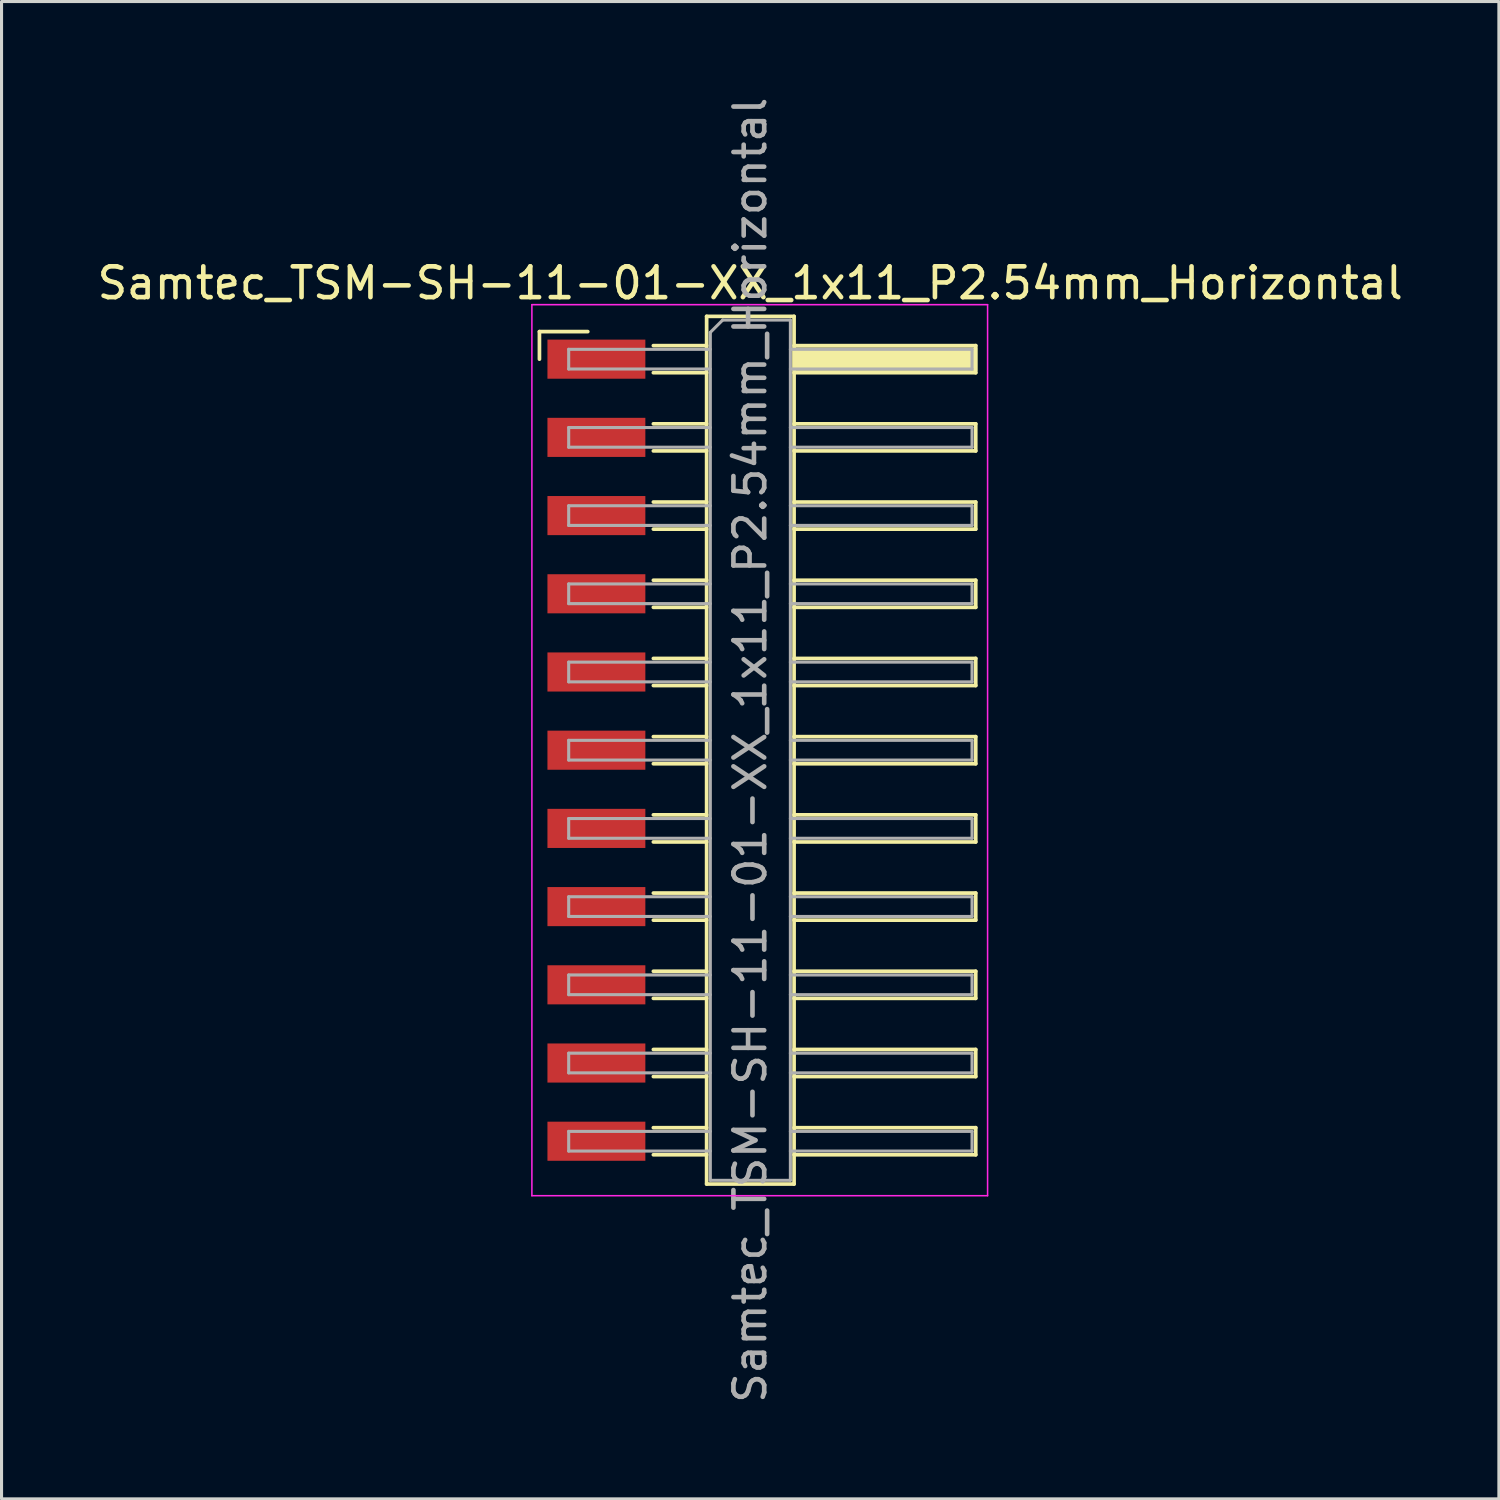
<source format=kicad_pcb>
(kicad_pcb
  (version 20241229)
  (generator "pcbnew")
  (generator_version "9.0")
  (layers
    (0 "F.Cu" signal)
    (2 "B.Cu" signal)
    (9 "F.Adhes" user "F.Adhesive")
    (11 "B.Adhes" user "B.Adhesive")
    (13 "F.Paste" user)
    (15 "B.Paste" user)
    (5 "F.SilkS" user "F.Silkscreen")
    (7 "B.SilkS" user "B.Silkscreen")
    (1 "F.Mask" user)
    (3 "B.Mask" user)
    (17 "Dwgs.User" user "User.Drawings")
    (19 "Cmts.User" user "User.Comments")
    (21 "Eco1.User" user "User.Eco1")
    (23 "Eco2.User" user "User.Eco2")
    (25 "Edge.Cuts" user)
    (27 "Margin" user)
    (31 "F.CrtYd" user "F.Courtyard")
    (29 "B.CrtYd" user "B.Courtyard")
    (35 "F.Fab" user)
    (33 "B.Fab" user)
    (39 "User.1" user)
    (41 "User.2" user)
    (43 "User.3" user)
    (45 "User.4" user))
  (footprint "Samtec_TSM-SH-11-01-XX_1x11_P2.54mm_Horizontal"
    (layer "F.Cu")
    (at 21.505 21.315)
    (property "Reference" "Samtec_TSM-SH-11-01-XX_1x11_P2.54mm_Horizontal" (at -0.19 -15.17 0) (layer "F.SilkS") (effects (font (size 1 1) (thickness 0.15))))
    (attr smd)
    (fp_line (start -7.035 -13.595) (end -5.465 -13.595) (stroke (width 0.12) (type solid)) (layer "F.SilkS"))
    (fp_line (start -7.035 -12.7) (end -7.035 -13.595) (stroke (width 0.12) (type solid)) (layer "F.SilkS"))
    (fp_line (start -3.335 -13.14) (end -1.605 -13.14) (stroke (width 0.12) (type solid)) (layer "F.SilkS"))
    (fp_line (start -3.335 -12.26) (end -1.605 -12.26) (stroke (width 0.12) (type solid)) (layer "F.SilkS"))
    (fp_line (start -3.335 -10.6) (end -1.605 -10.6) (stroke (width 0.12) (type solid)) (layer "F.SilkS"))
    (fp_line (start -3.335 -9.72) (end -1.605 -9.72) (stroke (width 0.12) (type solid)) (layer "F.SilkS"))
    (fp_line (start -3.335 -8.06) (end -1.605 -8.06) (stroke (width 0.12) (type solid)) (layer "F.SilkS"))
    (fp_line (start -3.335 -7.18) (end -1.605 -7.18) (stroke (width 0.12) (type solid)) (layer "F.SilkS"))
    (fp_line (start -3.335 -5.52) (end -1.605 -5.52) (stroke (width 0.12) (type solid)) (layer "F.SilkS"))
    (fp_line (start -3.335 -4.64) (end -1.605 -4.64) (stroke (width 0.12) (type solid)) (layer "F.SilkS"))
    (fp_line (start -3.335 -2.98) (end -1.605 -2.98) (stroke (width 0.12) (type solid)) (layer "F.SilkS"))
    (fp_line (start -3.335 -2.1) (end -1.605 -2.1) (stroke (width 0.12) (type solid)) (layer "F.SilkS"))
    (fp_line (start -3.335 -0.44) (end -1.605 -0.44) (stroke (width 0.12) (type solid)) (layer "F.SilkS"))
    (fp_line (start -3.335 0.44) (end -1.605 0.44) (stroke (width 0.12) (type solid)) (layer "F.SilkS"))
    (fp_line (start -3.335 2.1) (end -1.605 2.1) (stroke (width 0.12) (type solid)) (layer "F.SilkS"))
    (fp_line (start -3.335 2.98) (end -1.605 2.98) (stroke (width 0.12) (type solid)) (layer "F.SilkS"))
    (fp_line (start -3.335 4.64) (end -1.605 4.64) (stroke (width 0.12) (type solid)) (layer "F.SilkS"))
    (fp_line (start -3.335 5.52) (end -1.605 5.52) (stroke (width 0.12) (type solid)) (layer "F.SilkS"))
    (fp_line (start -3.335 7.18) (end -1.605 7.18) (stroke (width 0.12) (type solid)) (layer "F.SilkS"))
    (fp_line (start -3.335 8.06) (end -1.605 8.06) (stroke (width 0.12) (type solid)) (layer "F.SilkS"))
    (fp_line (start -3.335 9.72) (end -1.605 9.72) (stroke (width 0.12) (type solid)) (layer "F.SilkS"))
    (fp_line (start -3.335 10.6) (end -1.605 10.6) (stroke (width 0.12) (type solid)) (layer "F.SilkS"))
    (fp_line (start -3.335 12.26) (end -1.605 12.26) (stroke (width 0.12) (type solid)) (layer "F.SilkS"))
    (fp_line (start -3.335 13.14) (end -1.605 13.14) (stroke (width 0.12) (type solid)) (layer "F.SilkS"))
    (fp_line (start -1.605 -14.09) (end 1.235 -14.09) (stroke (width 0.12) (type solid)) (layer "F.SilkS"))
    (fp_line (start -1.605 14.09) (end -1.605 -14.09) (stroke (width 0.12) (type solid)) (layer "F.SilkS"))
    (fp_line (start 1.235 -14.09) (end 1.235 14.09) (stroke (width 0.12) (type solid)) (layer "F.SilkS"))
    (fp_line (start 1.235 -13.14) (end 7.135 -13.14) (stroke (width 0.12) (type solid)) (layer "F.SilkS"))
    (fp_line (start 1.235 -10.6) (end 7.135 -10.6) (stroke (width 0.12) (type solid)) (layer "F.SilkS"))
    (fp_line (start 1.235 -8.06) (end 7.135 -8.06) (stroke (width 0.12) (type solid)) (layer "F.SilkS"))
    (fp_line (start 1.235 -5.52) (end 7.135 -5.52) (stroke (width 0.12) (type solid)) (layer "F.SilkS"))
    (fp_line (start 1.235 -2.98) (end 7.135 -2.98) (stroke (width 0.12) (type solid)) (layer "F.SilkS"))
    (fp_line (start 1.235 -0.44) (end 7.135 -0.44) (stroke (width 0.12) (type solid)) (layer "F.SilkS"))
    (fp_line (start 1.235 2.1) (end 7.135 2.1) (stroke (width 0.12) (type solid)) (layer "F.SilkS"))
    (fp_line (start 1.235 4.64) (end 7.135 4.64) (stroke (width 0.12) (type solid)) (layer "F.SilkS"))
    (fp_line (start 1.235 7.18) (end 7.135 7.18) (stroke (width 0.12) (type solid)) (layer "F.SilkS"))
    (fp_line (start 1.235 9.72) (end 7.135 9.72) (stroke (width 0.12) (type solid)) (layer "F.SilkS"))
    (fp_line (start 1.235 12.26) (end 7.135 12.26) (stroke (width 0.12) (type solid)) (layer "F.SilkS"))
    (fp_line (start 1.235 14.09) (end -1.605 14.09) (stroke (width 0.12) (type solid)) (layer "F.SilkS"))
    (fp_line (start 7.135 -13.14) (end 7.135 -12.26) (stroke (width 0.12) (type solid)) (layer "F.SilkS"))
    (fp_line (start 7.135 -12.26) (end 1.235 -12.26) (stroke (width 0.12) (type solid)) (layer "F.SilkS"))
    (fp_line (start 7.135 -10.6) (end 7.135 -9.72) (stroke (width 0.12) (type solid)) (layer "F.SilkS"))
    (fp_line (start 7.135 -9.72) (end 1.235 -9.72) (stroke (width 0.12) (type solid)) (layer "F.SilkS"))
    (fp_line (start 7.135 -8.06) (end 7.135 -7.18) (stroke (width 0.12) (type solid)) (layer "F.SilkS"))
    (fp_line (start 7.135 -7.18) (end 1.235 -7.18) (stroke (width 0.12) (type solid)) (layer "F.SilkS"))
    (fp_line (start 7.135 -5.52) (end 7.135 -4.64) (stroke (width 0.12) (type solid)) (layer "F.SilkS"))
    (fp_line (start 7.135 -4.64) (end 1.235 -4.64) (stroke (width 0.12) (type solid)) (layer "F.SilkS"))
    (fp_line (start 7.135 -2.98) (end 7.135 -2.1) (stroke (width 0.12) (type solid)) (layer "F.SilkS"))
    (fp_line (start 7.135 -2.1) (end 1.235 -2.1) (stroke (width 0.12) (type solid)) (layer "F.SilkS"))
    (fp_line (start 7.135 -0.44) (end 7.135 0.44) (stroke (width 0.12) (type solid)) (layer "F.SilkS"))
    (fp_line (start 7.135 0.44) (end 1.235 0.44) (stroke (width 0.12) (type solid)) (layer "F.SilkS"))
    (fp_line (start 7.135 2.1) (end 7.135 2.98) (stroke (width 0.12) (type solid)) (layer "F.SilkS"))
    (fp_line (start 7.135 2.98) (end 1.235 2.98) (stroke (width 0.12) (type solid)) (layer "F.SilkS"))
    (fp_line (start 7.135 4.64) (end 7.135 5.52) (stroke (width 0.12) (type solid)) (layer "F.SilkS"))
    (fp_line (start 7.135 5.52) (end 1.235 5.52) (stroke (width 0.12) (type solid)) (layer "F.SilkS"))
    (fp_line (start 7.135 7.18) (end 7.135 8.06) (stroke (width 0.12) (type solid)) (layer "F.SilkS"))
    (fp_line (start 7.135 8.06) (end 1.235 8.06) (stroke (width 0.12) (type solid)) (layer "F.SilkS"))
    (fp_line (start 7.135 9.72) (end 7.135 10.6) (stroke (width 0.12) (type solid)) (layer "F.SilkS"))
    (fp_line (start 7.135 10.6) (end 1.235 10.6) (stroke (width 0.12) (type solid)) (layer "F.SilkS"))
    (fp_line (start 7.135 12.26) (end 7.135 13.14) (stroke (width 0.12) (type solid)) (layer "F.SilkS"))
    (fp_line (start 7.135 13.14) (end 1.235 13.14) (stroke (width 0.12) (type solid)) (layer "F.SilkS"))
    (fp_line (start -7.28 -14.47) (end 7.52 -14.47) (stroke (width 0.05) (type solid)) (layer "F.CrtYd"))
    (fp_line (start -7.28 14.47) (end -7.28 -14.47) (stroke (width 0.05) (type solid)) (layer "F.CrtYd"))
    (fp_line (start 7.52 -14.47) (end 7.52 14.47) (stroke (width 0.05) (type solid)) (layer "F.CrtYd"))
    (fp_line (start 7.52 14.47) (end -7.28 14.47) (stroke (width 0.05) (type solid)) (layer "F.CrtYd"))
    (fp_line (start -6.085 -13.02) (end -6.085 -12.38) (stroke (width 0.1) (type solid)) (layer "F.Fab"))
    (fp_line (start -6.085 -12.38) (end -1.485 -12.38) (stroke (width 0.1) (type solid)) (layer "F.Fab"))
    (fp_line (start -6.085 -10.48) (end -6.085 -9.84) (stroke (width 0.1) (type solid)) (layer "F.Fab"))
    (fp_line (start -6.085 -9.84) (end -1.485 -9.84) (stroke (width 0.1) (type solid)) (layer "F.Fab"))
    (fp_line (start -6.085 -7.94) (end -6.085 -7.3) (stroke (width 0.1) (type solid)) (layer "F.Fab"))
    (fp_line (start -6.085 -7.3) (end -1.485 -7.3) (stroke (width 0.1) (type solid)) (layer "F.Fab"))
    (fp_line (start -6.085 -5.4) (end -6.085 -4.76) (stroke (width 0.1) (type solid)) (layer "F.Fab"))
    (fp_line (start -6.085 -4.76) (end -1.485 -4.76) (stroke (width 0.1) (type solid)) (layer "F.Fab"))
    (fp_line (start -6.085 -2.86) (end -6.085 -2.22) (stroke (width 0.1) (type solid)) (layer "F.Fab"))
    (fp_line (start -6.085 -2.22) (end -1.485 -2.22) (stroke (width 0.1) (type solid)) (layer "F.Fab"))
    (fp_line (start -6.085 -0.32) (end -6.085 0.32) (stroke (width 0.1) (type solid)) (layer "F.Fab"))
    (fp_line (start -6.085 0.32) (end -1.485 0.32) (stroke (width 0.1) (type solid)) (layer "F.Fab"))
    (fp_line (start -6.085 2.22) (end -6.085 2.86) (stroke (width 0.1) (type solid)) (layer "F.Fab"))
    (fp_line (start -6.085 2.86) (end -1.485 2.86) (stroke (width 0.1) (type solid)) (layer "F.Fab"))
    (fp_line (start -6.085 4.76) (end -6.085 5.4) (stroke (width 0.1) (type solid)) (layer "F.Fab"))
    (fp_line (start -6.085 5.4) (end -1.485 5.4) (stroke (width 0.1) (type solid)) (layer "F.Fab"))
    (fp_line (start -6.085 7.3) (end -6.085 7.94) (stroke (width 0.1) (type solid)) (layer "F.Fab"))
    (fp_line (start -6.085 7.94) (end -1.485 7.94) (stroke (width 0.1) (type solid)) (layer "F.Fab"))
    (fp_line (start -6.085 9.84) (end -6.085 10.48) (stroke (width 0.1) (type solid)) (layer "F.Fab"))
    (fp_line (start -6.085 10.48) (end -1.485 10.48) (stroke (width 0.1) (type solid)) (layer "F.Fab"))
    (fp_line (start -6.085 12.38) (end -6.085 13.02) (stroke (width 0.1) (type solid)) (layer "F.Fab"))
    (fp_line (start -6.085 13.02) (end -1.485 13.02) (stroke (width 0.1) (type solid)) (layer "F.Fab"))
    (fp_line (start -1.485 -13.57) (end -1.085 -13.97) (stroke (width 0.1) (type solid)) (layer "F.Fab"))
    (fp_line (start -1.485 -13.02) (end -6.085 -13.02) (stroke (width 0.1) (type solid)) (layer "F.Fab"))
    (fp_line (start -1.485 -10.48) (end -6.085 -10.48) (stroke (width 0.1) (type solid)) (layer "F.Fab"))
    (fp_line (start -1.485 -7.94) (end -6.085 -7.94) (stroke (width 0.1) (type solid)) (layer "F.Fab"))
    (fp_line (start -1.485 -5.4) (end -6.085 -5.4) (stroke (width 0.1) (type solid)) (layer "F.Fab"))
    (fp_line (start -1.485 -2.86) (end -6.085 -2.86) (stroke (width 0.1) (type solid)) (layer "F.Fab"))
    (fp_line (start -1.485 -0.32) (end -6.085 -0.32) (stroke (width 0.1) (type solid)) (layer "F.Fab"))
    (fp_line (start -1.485 2.22) (end -6.085 2.22) (stroke (width 0.1) (type solid)) (layer "F.Fab"))
    (fp_line (start -1.485 4.76) (end -6.085 4.76) (stroke (width 0.1) (type solid)) (layer "F.Fab"))
    (fp_line (start -1.485 7.3) (end -6.085 7.3) (stroke (width 0.1) (type solid)) (layer "F.Fab"))
    (fp_line (start -1.485 9.84) (end -6.085 9.84) (stroke (width 0.1) (type solid)) (layer "F.Fab"))
    (fp_line (start -1.485 12.38) (end -6.085 12.38) (stroke (width 0.1) (type solid)) (layer "F.Fab"))
    (fp_line (start -1.485 13.97) (end -1.485 -13.57) (stroke (width 0.1) (type solid)) (layer "F.Fab"))
    (fp_line (start -1.085 -13.97) (end 1.115 -13.97) (stroke (width 0.1) (type solid)) (layer "F.Fab"))
    (fp_line (start 1.115 -13.97) (end 1.115 13.97) (stroke (width 0.1) (type solid)) (layer "F.Fab"))
    (fp_line (start 1.115 -13.02) (end 7.015 -13.02) (stroke (width 0.1) (type solid)) (layer "F.Fab"))
    (fp_line (start 1.115 -10.48) (end 7.015 -10.48) (stroke (width 0.1) (type solid)) (layer "F.Fab"))
    (fp_line (start 1.115 -7.94) (end 7.015 -7.94) (stroke (width 0.1) (type solid)) (layer "F.Fab"))
    (fp_line (start 1.115 -5.4) (end 7.015 -5.4) (stroke (width 0.1) (type solid)) (layer "F.Fab"))
    (fp_line (start 1.115 -2.86) (end 7.015 -2.86) (stroke (width 0.1) (type solid)) (layer "F.Fab"))
    (fp_line (start 1.115 -0.32) (end 7.015 -0.32) (stroke (width 0.1) (type solid)) (layer "F.Fab"))
    (fp_line (start 1.115 2.22) (end 7.015 2.22) (stroke (width 0.1) (type solid)) (layer "F.Fab"))
    (fp_line (start 1.115 4.76) (end 7.015 4.76) (stroke (width 0.1) (type solid)) (layer "F.Fab"))
    (fp_line (start 1.115 7.3) (end 7.015 7.3) (stroke (width 0.1) (type solid)) (layer "F.Fab"))
    (fp_line (start 1.115 9.84) (end 7.015 9.84) (stroke (width 0.1) (type solid)) (layer "F.Fab"))
    (fp_line (start 1.115 12.38) (end 7.015 12.38) (stroke (width 0.1) (type solid)) (layer "F.Fab"))
    (fp_line (start 1.115 13.97) (end -1.485 13.97) (stroke (width 0.1) (type solid)) (layer "F.Fab"))
    (fp_line (start 7.015 -13.02) (end 7.015 -12.38) (stroke (width 0.1) (type solid)) (layer "F.Fab"))
    (fp_line (start 7.015 -12.38) (end 1.115 -12.38) (stroke (width 0.1) (type solid)) (layer "F.Fab"))
    (fp_line (start 7.015 -10.48) (end 7.015 -9.84) (stroke (width 0.1) (type solid)) (layer "F.Fab"))
    (fp_line (start 7.015 -9.84) (end 1.115 -9.84) (stroke (width 0.1) (type solid)) (layer "F.Fab"))
    (fp_line (start 7.015 -7.94) (end 7.015 -7.3) (stroke (width 0.1) (type solid)) (layer "F.Fab"))
    (fp_line (start 7.015 -7.3) (end 1.115 -7.3) (stroke (width 0.1) (type solid)) (layer "F.Fab"))
    (fp_line (start 7.015 -5.4) (end 7.015 -4.76) (stroke (width 0.1) (type solid)) (layer "F.Fab"))
    (fp_line (start 7.015 -4.76) (end 1.115 -4.76) (stroke (width 0.1) (type solid)) (layer "F.Fab"))
    (fp_line (start 7.015 -2.86) (end 7.015 -2.22) (stroke (width 0.1) (type solid)) (layer "F.Fab"))
    (fp_line (start 7.015 -2.22) (end 1.115 -2.22) (stroke (width 0.1) (type solid)) (layer "F.Fab"))
    (fp_line (start 7.015 -0.32) (end 7.015 0.32) (stroke (width 0.1) (type solid)) (layer "F.Fab"))
    (fp_line (start 7.015 0.32) (end 1.115 0.32) (stroke (width 0.1) (type solid)) (layer "F.Fab"))
    (fp_line (start 7.015 2.22) (end 7.015 2.86) (stroke (width 0.1) (type solid)) (layer "F.Fab"))
    (fp_line (start 7.015 2.86) (end 1.115 2.86) (stroke (width 0.1) (type solid)) (layer "F.Fab"))
    (fp_line (start 7.015 4.76) (end 7.015 5.4) (stroke (width 0.1) (type solid)) (layer "F.Fab"))
    (fp_line (start 7.015 5.4) (end 1.115 5.4) (stroke (width 0.1) (type solid)) (layer "F.Fab"))
    (fp_line (start 7.015 7.3) (end 7.015 7.94) (stroke (width 0.1) (type solid)) (layer "F.Fab"))
    (fp_line (start 7.015 7.94) (end 1.115 7.94) (stroke (width 0.1) (type solid)) (layer "F.Fab"))
    (fp_line (start 7.015 9.84) (end 7.015 10.48) (stroke (width 0.1) (type solid)) (layer "F.Fab"))
    (fp_line (start 7.015 10.48) (end 1.115 10.48) (stroke (width 0.1) (type solid)) (layer "F.Fab"))
    (fp_line (start 7.015 12.38) (end 7.015 13.02) (stroke (width 0.1) (type solid)) (layer "F.Fab"))
    (fp_line (start 7.015 13.02) (end 1.115 13.02) (stroke (width 0.1) (type solid)) (layer "F.Fab"))
    (fp_text user "${REFERENCE}" (at -0.19 0 90) (layer "F.Fab") (effects (font (size 1 1) (thickness 0.15))))
    (pad "" smd rect (at 4.185 -12.7) (size 6 0.76) (layers "F.SilkS"))
    (pad "1" smd rect (at -5.185 -12.7) (size 3.18 1.27) (layers "F.Cu" "F.Mask" "F.Paste"))
    (pad "2" smd rect (at -5.185 -10.16) (size 3.18 1.27) (layers "F.Cu" "F.Mask" "F.Paste"))
    (pad "3" smd rect (at -5.185 -7.62) (size 3.18 1.27) (layers "F.Cu" "F.Mask" "F.Paste"))
    (pad "4" smd rect (at -5.185 -5.08) (size 3.18 1.27) (layers "F.Cu" "F.Mask" "F.Paste"))
    (pad "5" smd rect (at -5.185 -2.54) (size 3.18 1.27) (layers "F.Cu" "F.Mask" "F.Paste"))
    (pad "6" smd rect (at -5.185 0) (size 3.18 1.27) (layers "F.Cu" "F.Mask" "F.Paste"))
    (pad "7" smd rect (at -5.185 2.54) (size 3.18 1.27) (layers "F.Cu" "F.Mask" "F.Paste"))
    (pad "8" smd rect (at -5.185 5.08) (size 3.18 1.27) (layers "F.Cu" "F.Mask" "F.Paste"))
    (pad "9" smd rect (at -5.185 7.62) (size 3.18 1.27) (layers "F.Cu" "F.Mask" "F.Paste"))
    (pad "10" smd rect (at -5.185 10.16) (size 3.18 1.27) (layers "F.Cu" "F.Mask" "F.Paste"))
    (pad "11" smd rect (at -5.185 12.7) (size 3.18 1.27) (layers "F.Cu" "F.Mask" "F.Paste")))
  (gr_rect
    (start -3 -3)
    (end 45.631 45.631)
    (stroke (width 0.1) (type default))
    (fill no)
    (layer "Edge.Cuts")))
</source>
